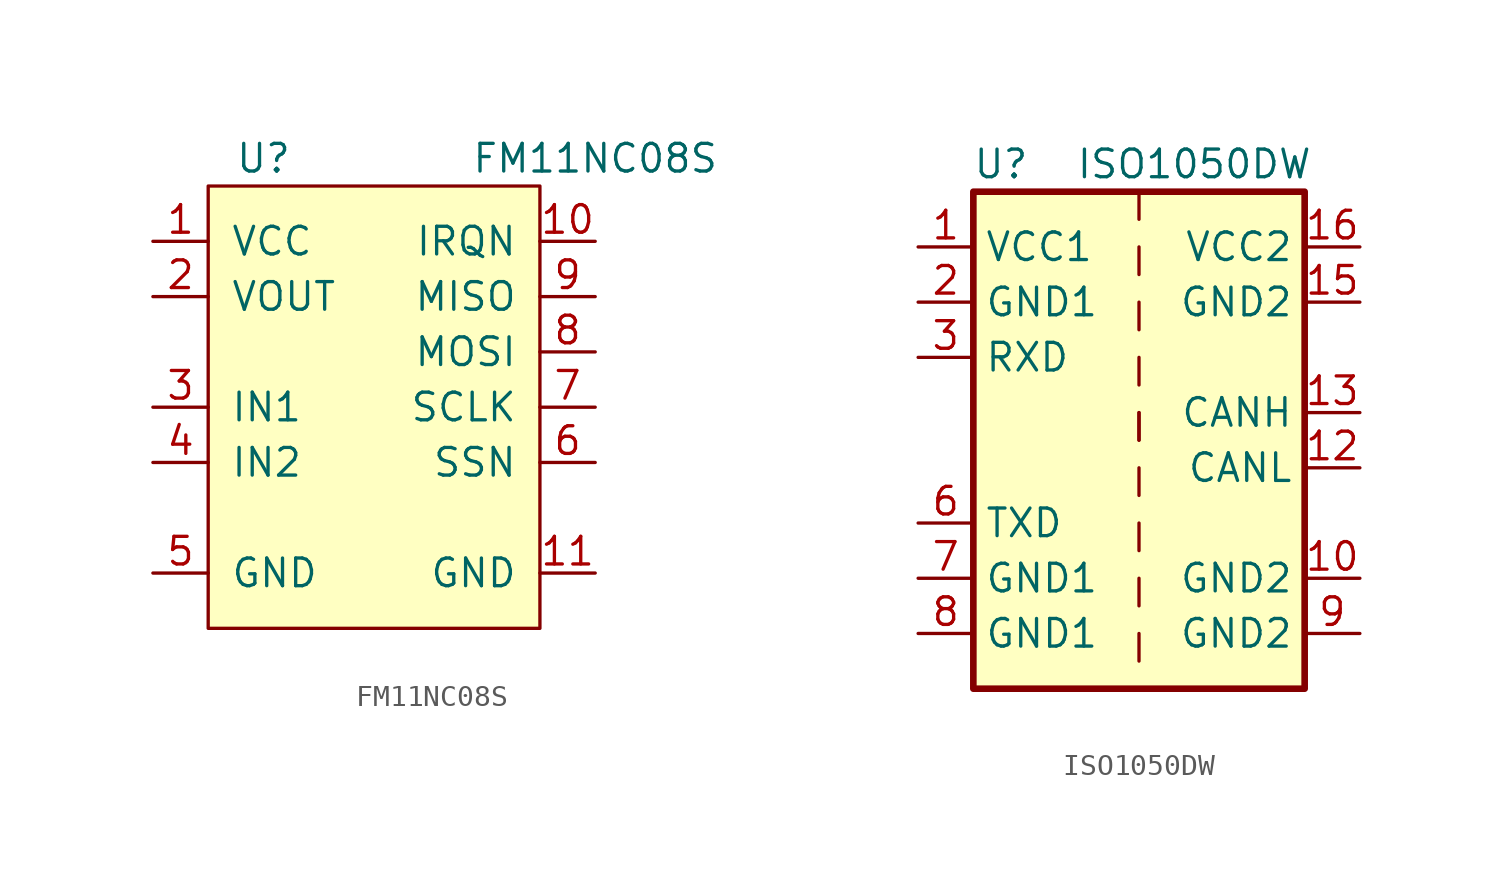
<source format=kicad_sym>
(kicad_symbol_lib
  (version 20231120)
  (generator "kicad_symbol_editor")
  (generator_version "8.0")
  (symbol "FM11NC08S"
    (pin_names
      (offset 1.016))
    (property "Reference" "U"
      (at -5.08 11.43 0)
      (effects (font (size 1.27 1.27))))
    (property "Value" "FM11NC08S"
      (at 10.16 11.43 0)
      (effects (font (size 1.27 1.27))))
    (symbol "FM11NC08S_0_1"
      (rectangle (start -7.62 10.16) (end 7.62 -10.16) (stroke (width 0) (type default)) (fill (type background))))
    (symbol "FM11NC08S_1_1"
      (pin power_in line (at -10.16 7.62 0) (length 2.54) (name "VCC" (effects (font (size 1.27 1.27)))) (number "1" (effects (font (size 1.27 1.27)))))
      (pin output line (at 10.16 7.62 180) (length 2.54) (name "IRQN" (effects (font (size 1.27 1.27)))) (number "10" (effects (font (size 1.27 1.27)))))
      (pin power_in line (at 10.16 -7.62 180) (length 2.54) (name "GND" (effects (font (size 1.27 1.27)))) (number "11" (effects (font (size 1.27 1.27)))))
      (pin output line (at -10.16 5.08 0) (length 2.54) (name "VOUT" (effects (font (size 1.27 1.27)))) (number "2" (effects (font (size 1.27 1.27)))))
      (pin bidirectional line (at -10.16 0 0) (length 2.54) (name "IN1" (effects (font (size 1.27 1.27)))) (number "3" (effects (font (size 1.27 1.27)))))
      (pin bidirectional line (at -10.16 -2.54 0) (length 2.54) (name "IN2" (effects (font (size 1.27 1.27)))) (number "4" (effects (font (size 1.27 1.27)))))
      (pin power_in line (at -10.16 -7.62 0) (length 2.54) (name "GND" (effects (font (size 1.27 1.27)))) (number "5" (effects (font (size 1.27 1.27)))))
      (pin input line (at 10.16 -2.54 180) (length 2.54) (name "SSN" (effects (font (size 1.27 1.27)))) (number "6" (effects (font (size 1.27 1.27)))))
      (pin input line (at 10.16 0 180) (length 2.54) (name "SCLK" (effects (font (size 1.27 1.27)))) (number "7" (effects (font (size 1.27 1.27)))))
      (pin output line (at 10.16 2.54 180) (length 2.54) (name "MOSI" (effects (font (size 1.27 1.27)))) (number "8" (effects (font (size 1.27 1.27)))))
      (pin input line (at 10.16 5.08 180) (length 2.54) (name "MISO" (effects (font (size 1.27 1.27)))) (number "9" (effects (font (size 1.27 1.27)))))))
  (symbol "ISO1050DW"
    (property "Reference" "U"
      (at -6.35 6.35 0)
      (effects (font (size 1.27 1.27))))
    (property "Value" "ISO1050DW"
      (at 2.54 6.35 0)
      (effects (font (size 1.27 1.27))))
    (symbol "ISO1050DW_0_1"
      (rectangle (start -7.62 5.08) (end 7.62 -17.78) (stroke (width 0.305) (type default)) (fill (type background)))
      (polyline (pts (xy 0 -5.08) (xy 0 -6.35)) (stroke (width 0) (type default)) (fill (type none)))
      (polyline (pts (xy 0 -2.54) (xy 0 -3.81)) (stroke (width 0) (type default)) (fill (type none)))
      (polyline (pts (xy 0 0) (xy 0 -1.27)) (stroke (width 0) (type default)) (fill (type none)))
      (polyline (pts (xy 0 2.54) (xy 0 1.27)) (stroke (width 0) (type default)) (fill (type none)))
      (polyline (pts (xy 0 5.08) (xy 0 3.81)) (stroke (width 0) (type default)) (fill (type none))))
    (symbol "ISO1050DW_1_1"
      (polyline (pts (xy 0 -15.24) (xy 0 -16.51)) (stroke (width 0) (type default)) (fill (type none)))
      (polyline (pts (xy 0 -12.7) (xy 0 -13.97)) (stroke (width 0) (type default)) (fill (type none)))
      (polyline (pts (xy 0 -10.16) (xy 0 -11.43)) (stroke (width 0) (type default)) (fill (type none)))
      (polyline (pts (xy 0 -7.62) (xy 0 -8.89)) (stroke (width 0) (type default)) (fill (type none)))
      (polyline (pts (xy 0 -5.08) (xy 0 -6.35)) (stroke (width 0) (type default)) (fill (type none)))
      (pin power_in line (at -10.16 2.54 0) (length 2.54) (name "VCC1" (effects (font (size 1.27 1.27)))) (number "1" (effects (font (size 1.27 1.27)))))
      (pin power_in line (at 10.16 -12.7 180) (length 2.54) (name "GND2" (effects (font (size 1.27 1.27)))) (number "10" (effects (font (size 1.27 1.27)))))
      (pin no_connect line (at 10.16 -10.16 180) (length 2.54) hide (name "NC" (effects (font (size 1.27 1.27)))) (number "11" (effects (font (size 1.27 1.27)))))
      (pin bidirectional line (at 10.16 -7.62 180) (length 2.54) (name "CANL" (effects (font (size 1.27 1.27)))) (number "12" (effects (font (size 1.27 1.27)))))
      (pin bidirectional line (at 10.16 -5.08 180) (length 2.54) (name "CANH" (effects (font (size 1.27 1.27)))) (number "13" (effects (font (size 1.27 1.27)))))
      (pin no_connect line (at 10.16 -2.54 180) (length 2.54) hide (name "NC" (effects (font (size 1.27 1.27)))) (number "14" (effects (font (size 1.27 1.27)))))
      (pin power_in line (at 10.16 0 180) (length 2.54) (name "GND2" (effects (font (size 1.27 1.27)))) (number "15" (effects (font (size 1.27 1.27)))))
      (pin power_in line (at 10.16 2.54 180) (length 2.54) (name "VCC2" (effects (font (size 1.27 1.27)))) (number "16" (effects (font (size 1.27 1.27)))))
      (pin power_in line (at -10.16 0 0) (length 2.54) (name "GND1" (effects (font (size 1.27 1.27)))) (number "2" (effects (font (size 1.27 1.27)))))
      (pin output line (at -10.16 -2.54 0) (length 2.54) (name "RXD" (effects (font (size 1.27 1.27)))) (number "3" (effects (font (size 1.27 1.27)))))
      (pin no_connect line (at -10.16 -5.08 0) (length 2.54) hide (name "NC" (effects (font (size 1.27 1.27)))) (number "4" (effects (font (size 1.27 1.27)))))
      (pin no_connect line (at -10.16 -7.62 0) (length 2.54) hide (name "NC" (effects (font (size 1.27 1.27)))) (number "5" (effects (font (size 1.27 1.27)))))
      (pin input line (at -10.16 -10.16 0) (length 2.54) (name "TXD" (effects (font (size 1.27 1.27)))) (number "6" (effects (font (size 1.27 1.27)))))
      (pin power_in line (at -10.16 -12.7 0) (length 2.54) (name "GND1" (effects (font (size 1.27 1.27)))) (number "7" (effects (font (size 1.27 1.27)))))
      (pin power_in line (at -10.16 -15.24 0) (length 2.54) (name "GND1" (effects (font (size 1.27 1.27)))) (number "8" (effects (font (size 1.27 1.27)))))
      (pin power_in line (at 10.16 -15.24 180) (length 2.54) (name "GND2" (effects (font (size 1.27 1.27)))) (number "9" (effects (font (size 1.27 1.27))))))))
</source>
